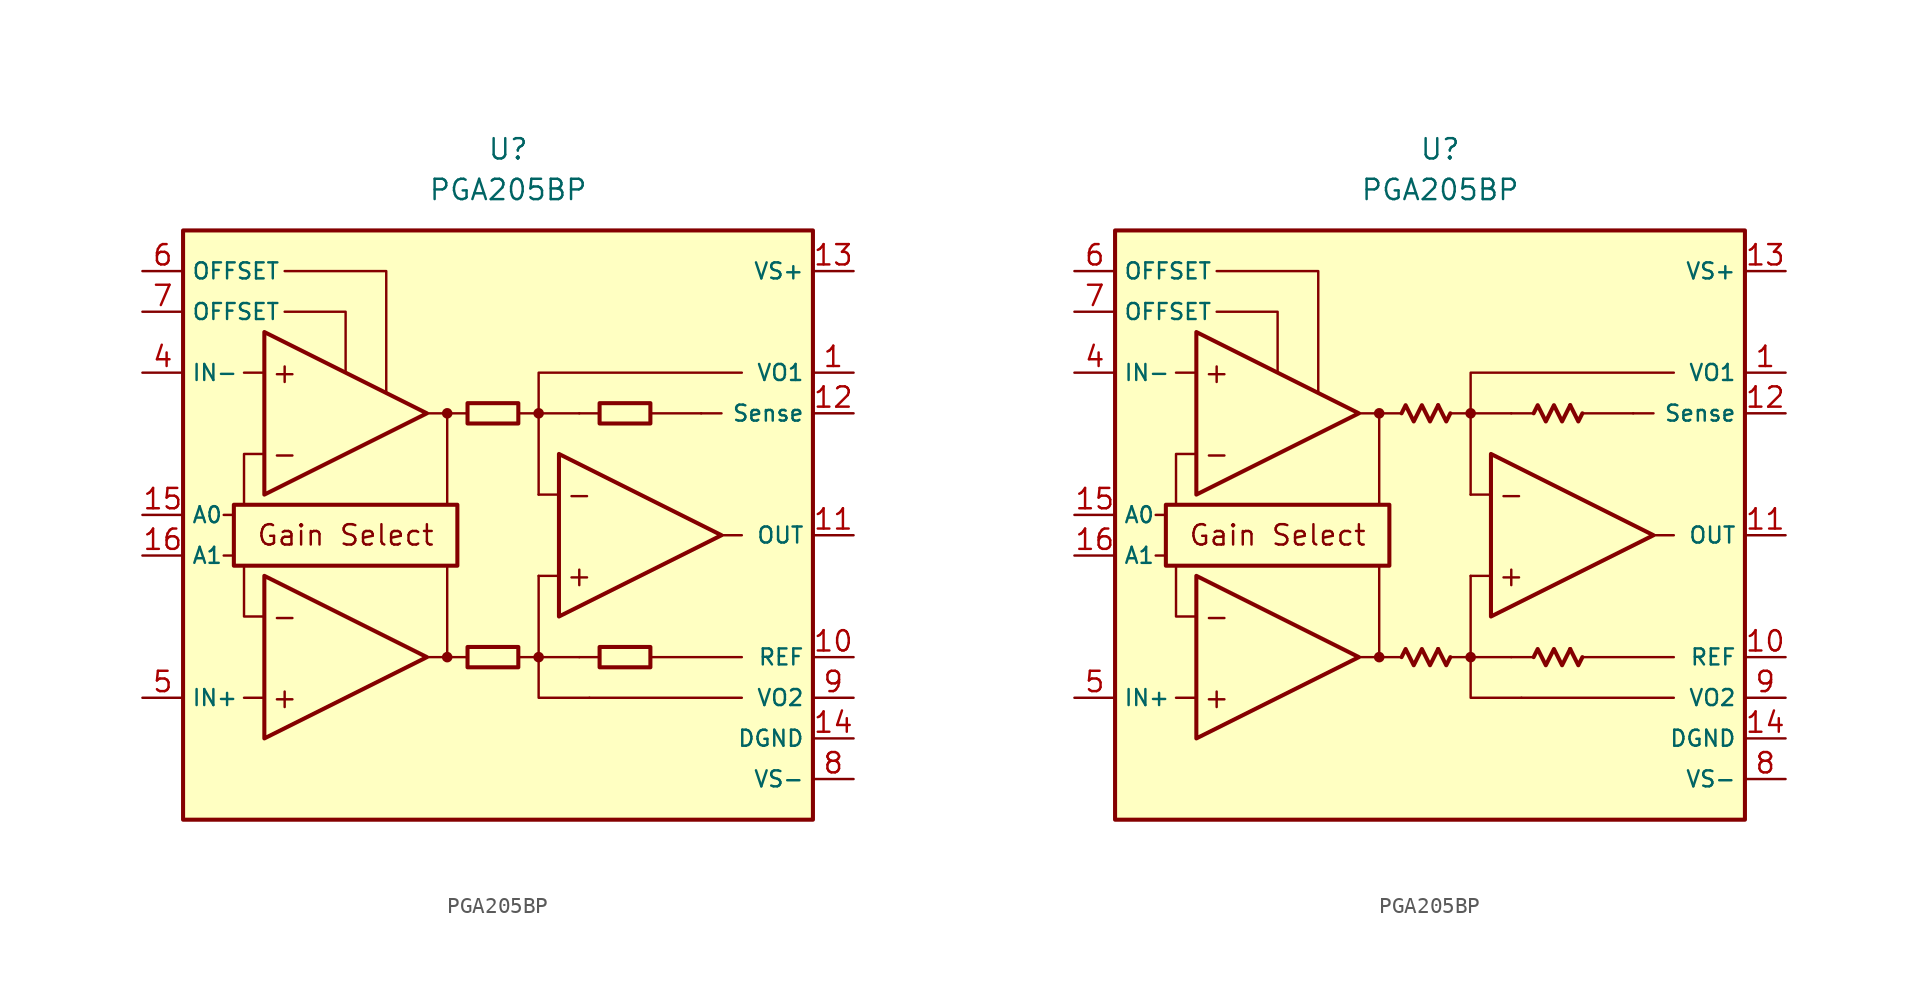
<source format=kicad_sym>
(kicad_symbol_lib
  (version 20231120)
  (generator "kicad_symbol_editor")
  (generator_version "8.0")
  (symbol "PGA205BP"
    (property "Reference" "U"
      (at 0 22.86 0)
      (effects (font (size 1.27 1.27))))
    (property "Value" "PGA205BP"
      (at 0 20.32 0)
      (effects (font (size 1.27 1.27))))
    (symbol "PGA205BP_0_0"
      (rectangle (start -20.32 17.78) (end 19.05 -19.05) (stroke (width 0.254) (type default)) (fill (type background)))
      (rectangle (start -17.145 0.635) (end -3.175 -3.175) (stroke (width 0.254) (type default)) (fill (type none)))
      (circle (center -3.81 -8.89) (radius 0.254) (stroke (width 0.152) (type default)) (fill (type outline)))
      (circle (center -3.81 6.35) (radius 0.254) (stroke (width 0.152) (type default)) (fill (type outline)))
      (polyline (pts (xy -1.27 -8.89)) (stroke (width 0.152) (type default)) (fill (type none)))
      (polyline (pts (xy -1.27 6.35)) (stroke (width 0.152) (type default)) (fill (type none)))
      (polyline (pts (xy 5.715 6.35)) (stroke (width 0.152) (type default)) (fill (type none)))
      (polyline (pts (xy -17.145 -2.54) (xy -17.78 -2.54)) (stroke (width 0.152) (type default)) (fill (type none)))
      (polyline (pts (xy -17.145 0) (xy -17.78 0)) (stroke (width 0.152) (type default)) (fill (type none)))
      (polyline (pts (xy -15.24 -11.43) (xy -16.51 -11.43)) (stroke (width 0.152) (type default)) (fill (type none)))
      (polyline (pts (xy -15.24 8.89) (xy -16.51 8.89)) (stroke (width 0.152) (type default)) (fill (type none)))
      (polyline (pts (xy -5.08 -8.89) (xy -2.54 -8.89)) (stroke (width 0.152) (type default)) (fill (type none)))
      (polyline (pts (xy -5.08 6.35) (xy -2.54 6.35)) (stroke (width 0.152) (type default)) (fill (type none)))
      (polyline (pts (xy -3.81 -8.89) (xy -3.81 -3.175)) (stroke (width 0.152) (type default)) (fill (type none)))
      (polyline (pts (xy -3.81 0.635) (xy -3.81 6.35)) (stroke (width 0.152) (type default)) (fill (type none)))
      (polyline (pts (xy 0.635 -8.89) (xy 1.905 -8.89)) (stroke (width 0.152) (type default)) (fill (type none)))
      (polyline (pts (xy 0.635 6.35) (xy 1.905 6.35)) (stroke (width 0.152) (type default)) (fill (type none)))
      (polyline (pts (xy 3.175 -3.81) (xy 1.905 -3.81)) (stroke (width 0.152) (type default)) (fill (type none)))
      (polyline (pts (xy 3.175 1.27) (xy 1.905 1.27)) (stroke (width 0.152) (type default)) (fill (type none)))
      (polyline (pts (xy 4.445 -8.89) (xy 1.905 -8.89)) (stroke (width 0.152) (type default)) (fill (type none)))
      (polyline (pts (xy 4.445 -8.89) (xy 5.715 -8.89)) (stroke (width 0.152) (type default)) (fill (type none)))
      (polyline (pts (xy 4.445 6.35) (xy 1.905 6.35)) (stroke (width 0.152) (type default)) (fill (type none)))
      (polyline (pts (xy 4.445 6.35) (xy 5.715 6.35)) (stroke (width 0.152) (type default)) (fill (type none)))
      (polyline (pts (xy 8.89 -8.89) (xy 14.605 -8.89)) (stroke (width 0.152) (type default)) (fill (type none)))
      (polyline (pts (xy 8.89 6.35) (xy 12.065 6.35)) (stroke (width 0.152) (type default)) (fill (type none)))
      (polyline (pts (xy 12.065 6.35) (xy 13.335 6.35)) (stroke (width 0.152) (type default)) (fill (type none)))
      (polyline (pts (xy 13.335 -1.27) (xy 14.605 -1.27)) (stroke (width 0.152) (type default)) (fill (type none)))
      (polyline (pts (xy 14.605 -11.43) (xy 5.08 -11.43)) (stroke (width 0.152) (type default)) (fill (type none)))
      (polyline (pts (xy -16.51 -3.175) (xy -16.51 -6.35) (xy -15.24 -6.35)) (stroke (width 0.152) (type default)) (fill (type none)))
      (polyline (pts (xy -15.24 3.81) (xy -16.51 3.81) (xy -16.51 0.635)) (stroke (width 0.152) (type default)) (fill (type none)))
      (polyline (pts (xy -13.97 12.7) (xy -10.16 12.7) (xy -10.16 8.89)) (stroke (width 0.152) (type default)) (fill (type none)))
      (polyline (pts (xy -7.62 7.62) (xy -7.62 15.24) (xy -13.97 15.24)) (stroke (width 0.152) (type default)) (fill (type none)))
      (polyline (pts (xy 1.905 -3.81) (xy 1.905 -11.43) (xy 5.08 -11.43)) (stroke (width 0.152) (type default)) (fill (type none)))
      (polyline (pts (xy 14.605 8.89) (xy 1.905 8.89) (xy 1.905 1.27)) (stroke (width 0.152) (type default)) (fill (type none)))
      (circle (center 1.905 -8.89) (radius 0.254) (stroke (width 0.152) (type default)) (fill (type outline)))
      (circle (center 1.905 6.35) (radius 0.254) (stroke (width 0.152) (type default)) (fill (type outline)))
      (text "+" (at -13.97 -11.43 0) (effects (font (size 1.27 1.27))))
      (text "+" (at -13.97 8.89 0) (effects (font (size 1.27 1.27))))
      (text "+" (at 4.445 -3.81 0) (effects (font (size 1.27 1.27))))
      (text "-" (at -13.97 -6.35 0) (effects (font (size 1.27 1.27))))
      (text "-" (at -13.97 3.81 0) (effects (font (size 1.27 1.27))))
      (text "-" (at 4.445 1.27 0) (effects (font (size 1.27 1.27))))
      (text "Gain Select" (at -10.16 -1.27 0) (effects (font (size 1.27 1.27)))))
    (symbol "PGA205BP_0_1"
      (rectangle (start -2.54 -8.255) (end 0.635 -9.525) (stroke (width 0.254) (type default)) (fill (type none)))
      (rectangle (start -2.54 6.985) (end 0.635 5.715) (stroke (width 0.254) (type default)) (fill (type none)))
      (rectangle (start 5.715 -8.255) (end 8.89 -9.525) (stroke (width 0.254) (type default)) (fill (type none)))
      (rectangle (start 5.715 6.985) (end 8.89 5.715) (stroke (width 0.254) (type default)) (fill (type none))))
    (symbol "PGA205BP_0_2"
      (polyline (pts (xy -0.127 -8.382) (xy 0.381 -9.398) (xy 0.635 -8.89)) (stroke (width 0.254) (type default)) (fill (type none)))
      (polyline (pts (xy -0.127 6.858) (xy 0.381 5.842) (xy 0.635 6.35)) (stroke (width 0.254) (type default)) (fill (type none)))
      (polyline (pts (xy 8.128 -8.382) (xy 8.636 -9.398) (xy 8.89 -8.89)) (stroke (width 0.254) (type default)) (fill (type none)))
      (polyline (pts (xy 8.128 6.858) (xy 8.636 5.842) (xy 8.89 6.35)) (stroke (width 0.254) (type default)) (fill (type none)))
      (polyline (pts (xy -2.413 -8.89) (xy -2.159 -8.382) (xy -1.651 -9.398) (xy -1.143 -8.382) (xy -0.635 -9.398) (xy -0.127 -8.382)) (stroke (width 0.254) (type default)) (fill (type none)))
      (polyline (pts (xy -2.413 6.35) (xy -2.159 6.858) (xy -1.651 5.842) (xy -1.143 6.858) (xy -0.635 5.842) (xy -0.127 6.858)) (stroke (width 0.254) (type default)) (fill (type none)))
      (polyline (pts (xy 5.842 -8.89) (xy 6.096 -8.382) (xy 6.604 -9.398) (xy 7.112 -8.382) (xy 7.62 -9.398) (xy 8.128 -8.382)) (stroke (width 0.254) (type default)) (fill (type none)))
      (polyline (pts (xy 5.842 6.35) (xy 6.096 6.858) (xy 6.604 5.842) (xy 7.112 6.858) (xy 7.62 5.842) (xy 8.128 6.858)) (stroke (width 0.254) (type default)) (fill (type none))))
    (symbol "PGA205BP_1_0"
      (polyline (pts (xy -15.24 -3.81) (xy -15.24 -13.97) (xy -5.08 -8.89) (xy -15.24 -3.81)) (stroke (width 0.254) (type default)) (fill (type background)))
      (polyline (pts (xy -15.24 11.43) (xy -15.24 1.27) (xy -5.08 6.35) (xy -15.24 11.43)) (stroke (width 0.254) (type default)) (fill (type background)))
      (polyline (pts (xy 3.175 3.81) (xy 3.175 -6.35) (xy 13.335 -1.27) (xy 3.175 3.81)) (stroke (width 0.254) (type default)) (fill (type background))))
    (symbol "PGA205BP_1_1"
      (pin passive line (at 21.59 8.89 180) (length 2.54) (name "VO1" (effects (font (size 1 1)))) (number "1" (effects (font (size 1.27 1.27)))))
      (pin passive line (at 21.59 -8.89 180) (length 2.54) (name "REF" (effects (font (size 1 1)))) (number "10" (effects (font (size 1.27 1.27)))))
      (pin output line (at 21.59 -1.27 180) (length 2.54) (name "OUT" (effects (font (size 1 1)))) (number "11" (effects (font (size 1.27 1.27)))))
      (pin passive line (at 21.59 6.35 180) (length 2.54) (name "Sense" (effects (font (size 1 1)))) (number "12" (effects (font (size 1.27 1.27)))))
      (pin power_in line (at 21.59 15.24 180) (length 2.54) (name "VS+" (effects (font (size 1 1)))) (number "13" (effects (font (size 1.27 1.27)))))
      (pin power_in line (at 21.59 -13.97 180) (length 2.54) (name "DGND" (effects (font (size 1 1)))) (number "14" (effects (font (size 1.27 1.27)))))
      (pin input line (at -22.86 0 0) (length 2.54) (name "A0" (effects (font (size 1 1)))) (number "15" (effects (font (size 1.27 1.27)))))
      (pin input line (at -22.86 -2.54 0) (length 2.54) (name "A1" (effects (font (size 1 1)))) (number "16" (effects (font (size 1.27 1.27)))))
      (pin free line (at -1.27 -12.7 0) (length 2.54) hide (name "NC" (effects (font (size 1.27 1.27)))) (number "2" (effects (font (size 1.27 1.27)))))
      (pin free line (at -1.27 -15.24 0) (length 2.54) hide (name "NC" (effects (font (size 1.27 1.27)))) (number "3" (effects (font (size 1.27 1.27)))))
      (pin input line (at -22.86 8.89 0) (length 2.54) (name "IN-" (effects (font (size 1 1)))) (number "4" (effects (font (size 1.27 1.27)))))
      (pin input line (at -22.86 -11.43 0) (length 2.54) (name "IN+" (effects (font (size 1 1)))) (number "5" (effects (font (size 1.27 1.27)))))
      (pin passive line (at -22.86 15.24 0) (length 2.54) (name "OFFSET" (effects (font (size 1 1)))) (number "6" (effects (font (size 1.27 1.27)))))
      (pin passive line (at -22.86 12.7 0) (length 2.54) (name "OFFSET" (effects (font (size 1 1)))) (number "7" (effects (font (size 1.27 1.27)))))
      (pin power_in line (at 21.59 -16.51 180) (length 2.54) (name "VS-" (effects (font (size 1 1)))) (number "8" (effects (font (size 1.27 1.27)))))
      (pin passive line (at 21.59 -11.43 180) (length 2.54) (name "VO2" (effects (font (size 1 1)))) (number "9" (effects (font (size 1.27 1.27))))))
    (symbol "PGA205BP_1_2"
      (pin passive line (at 21.59 8.89 180) (length 2.54) (name "VO1" (effects (font (size 1 1)))) (number "1" (effects (font (size 1.27 1.27)))))
      (pin passive line (at 21.59 -8.89 180) (length 2.54) (name "REF" (effects (font (size 1 1)))) (number "10" (effects (font (size 1.27 1.27)))))
      (pin output line (at 21.59 -1.27 180) (length 2.54) (name "OUT" (effects (font (size 1 1)))) (number "11" (effects (font (size 1.27 1.27)))))
      (pin passive line (at 21.59 6.35 180) (length 2.54) (name "Sense" (effects (font (size 1 1)))) (number "12" (effects (font (size 1.27 1.27)))))
      (pin power_in line (at 21.59 15.24 180) (length 2.54) (name "VS+" (effects (font (size 1 1)))) (number "13" (effects (font (size 1.27 1.27)))))
      (pin power_in line (at 21.59 -13.97 180) (length 2.54) (name "DGND" (effects (font (size 1 1)))) (number "14" (effects (font (size 1.27 1.27)))))
      (pin input line (at -22.86 0 0) (length 2.54) (name "A0" (effects (font (size 1 1)))) (number "15" (effects (font (size 1.27 1.27)))))
      (pin input line (at -22.86 -2.54 0) (length 2.54) (name "A1" (effects (font (size 1 1)))) (number "16" (effects (font (size 1.27 1.27)))))
      (pin no_connect line (at -1.27 -12.7 0) (length 2.54) hide (name "NC" (effects (font (size 1.27 1.27)))) (number "2" (effects (font (size 1.27 1.27)))))
      (pin no_connect line (at -1.27 -15.24 0) (length 2.54) hide (name "NC" (effects (font (size 1.27 1.27)))) (number "3" (effects (font (size 1.27 1.27)))))
      (pin input line (at -22.86 8.89 0) (length 2.54) (name "IN-" (effects (font (size 1 1)))) (number "4" (effects (font (size 1.27 1.27)))))
      (pin input line (at -22.86 -11.43 0) (length 2.54) (name "IN+" (effects (font (size 1 1)))) (number "5" (effects (font (size 1.27 1.27)))))
      (pin passive line (at -22.86 15.24 0) (length 2.54) (name "OFFSET" (effects (font (size 1 1)))) (number "6" (effects (font (size 1.27 1.27)))))
      (pin passive line (at -22.86 12.7 0) (length 2.54) (name "OFFSET" (effects (font (size 1 1)))) (number "7" (effects (font (size 1.27 1.27)))))
      (pin power_in line (at 21.59 -16.51 180) (length 2.54) (name "VS-" (effects (font (size 1 1)))) (number "8" (effects (font (size 1.27 1.27)))))
      (pin passive line (at 21.59 -11.43 180) (length 2.54) (name "VO2" (effects (font (size 1 1)))) (number "9" (effects (font (size 1.27 1.27))))))))
</source>
